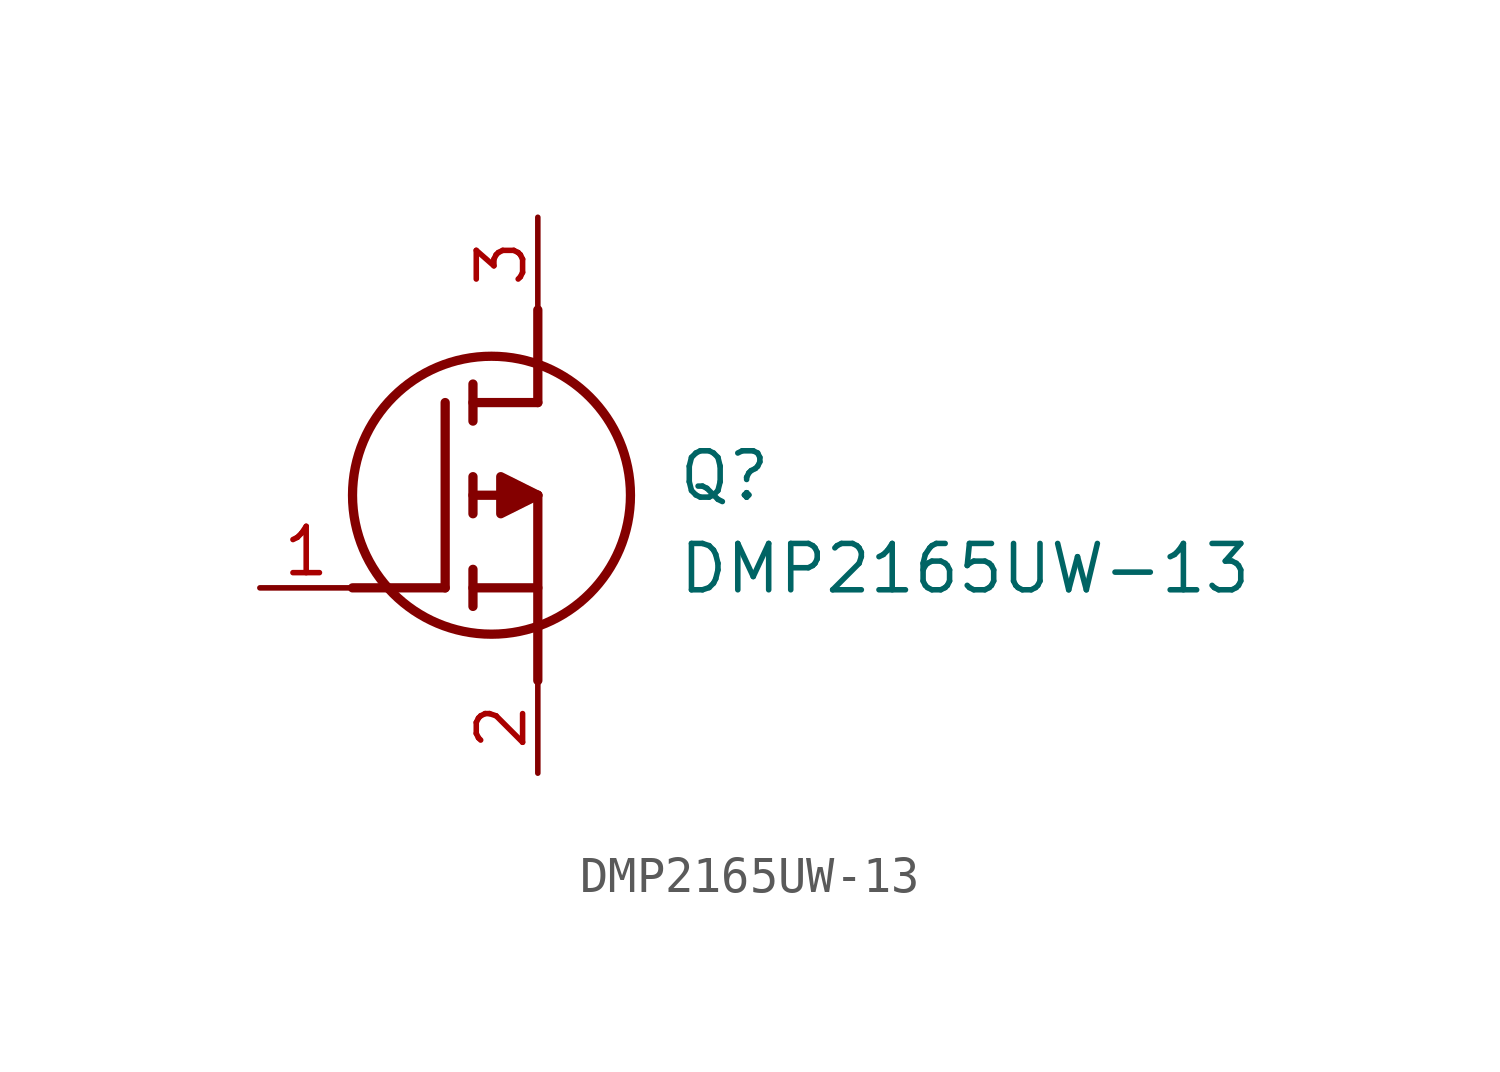
<source format=kicad_sym>
(kicad_symbol_lib
  (version 20211014)
  (generator SamacSys_ECAD_Model)
  (symbol "DMP2165UW-13"
    (pin_names hide)
    (property "Reference" "Q"
      (at 11.43 3.81 0)
      (effects (font (size 1.27 1.27)) (justify left top)))
    (property "Value" "DMP2165UW-13"
      (at 11.43 1.27 0)
      (effects (font (size 1.27 1.27)) (justify left top)))
    (polyline
      (pts (xy 7.62 2.54) (xy 7.62 -2.54))
      (stroke (width 0.254) (type default))
      (fill (type none)))
    (polyline
      (pts (xy 7.62 5.08) (xy 7.62 7.62))
      (stroke (width 0.254) (type default))
      (fill (type none)))
    (polyline
      (pts (xy 2.54 0) (xy 5.08 0))
      (stroke (width 0.254) (type default))
      (fill (type none)))
    (polyline
      (pts (xy 5.08 5.08) (xy 5.08 0))
      (stroke (width 0.254) (type default))
      (fill (type none)))
    (polyline
      (pts (xy 7.62 2.54) (xy 5.842 2.54))
      (stroke (width 0.254) (type default))
      (fill (type none)))
    (polyline
      (pts (xy 7.62 5.08) (xy 5.842 5.08))
      (stroke (width 0.254) (type default))
      (fill (type none)))
    (polyline
      (pts (xy 5.842 0) (xy 7.62 0))
      (stroke (width 0.254) (type default))
      (fill (type none)))
    (polyline
      (pts (xy 5.842 5.588) (xy 5.842 4.572))
      (stroke (width 0.254) (type default))
      (fill (type none)))
    (polyline
      (pts (xy 5.842 -0.508) (xy 5.842 0.508))
      (stroke (width 0.254) (type default))
      (fill (type none)))
    (polyline
      (pts (xy 5.842 2.032) (xy 5.842 3.048))
      (stroke (width 0.254) (type default))
      (fill (type none)))
    (circle
      (center 6.35 2.54)
      (radius 3.81)
      (stroke (width 0.254) (type default))
      (fill (type none)))
    (polyline
      (pts (xy 7.62 2.54) (xy 6.604 3.048) (xy 6.604 2.032) (xy 7.62 2.54))
      (stroke (width 0.254) (type default))
      (fill (type outline)))
    (pin passive line
      (at 0 0 0)
      (length 2.54)
      (name "G" (effects (font (size 1.27 1.27))))
      (number "1" (effects (font (size 1.27 1.27)))))
    (pin passive line
      (at 7.62 10.16 270)
      (length 2.54)
      (name "D" (effects (font (size 1.27 1.27))))
      (number "3" (effects (font (size 1.27 1.27)))))
    (pin passive line
      (at 7.62 -5.08 90)
      (length 2.54)
      (name "S" (effects (font (size 1.27 1.27))))
      (number "2" (effects (font (size 1.27 1.27)))))))
</source>
